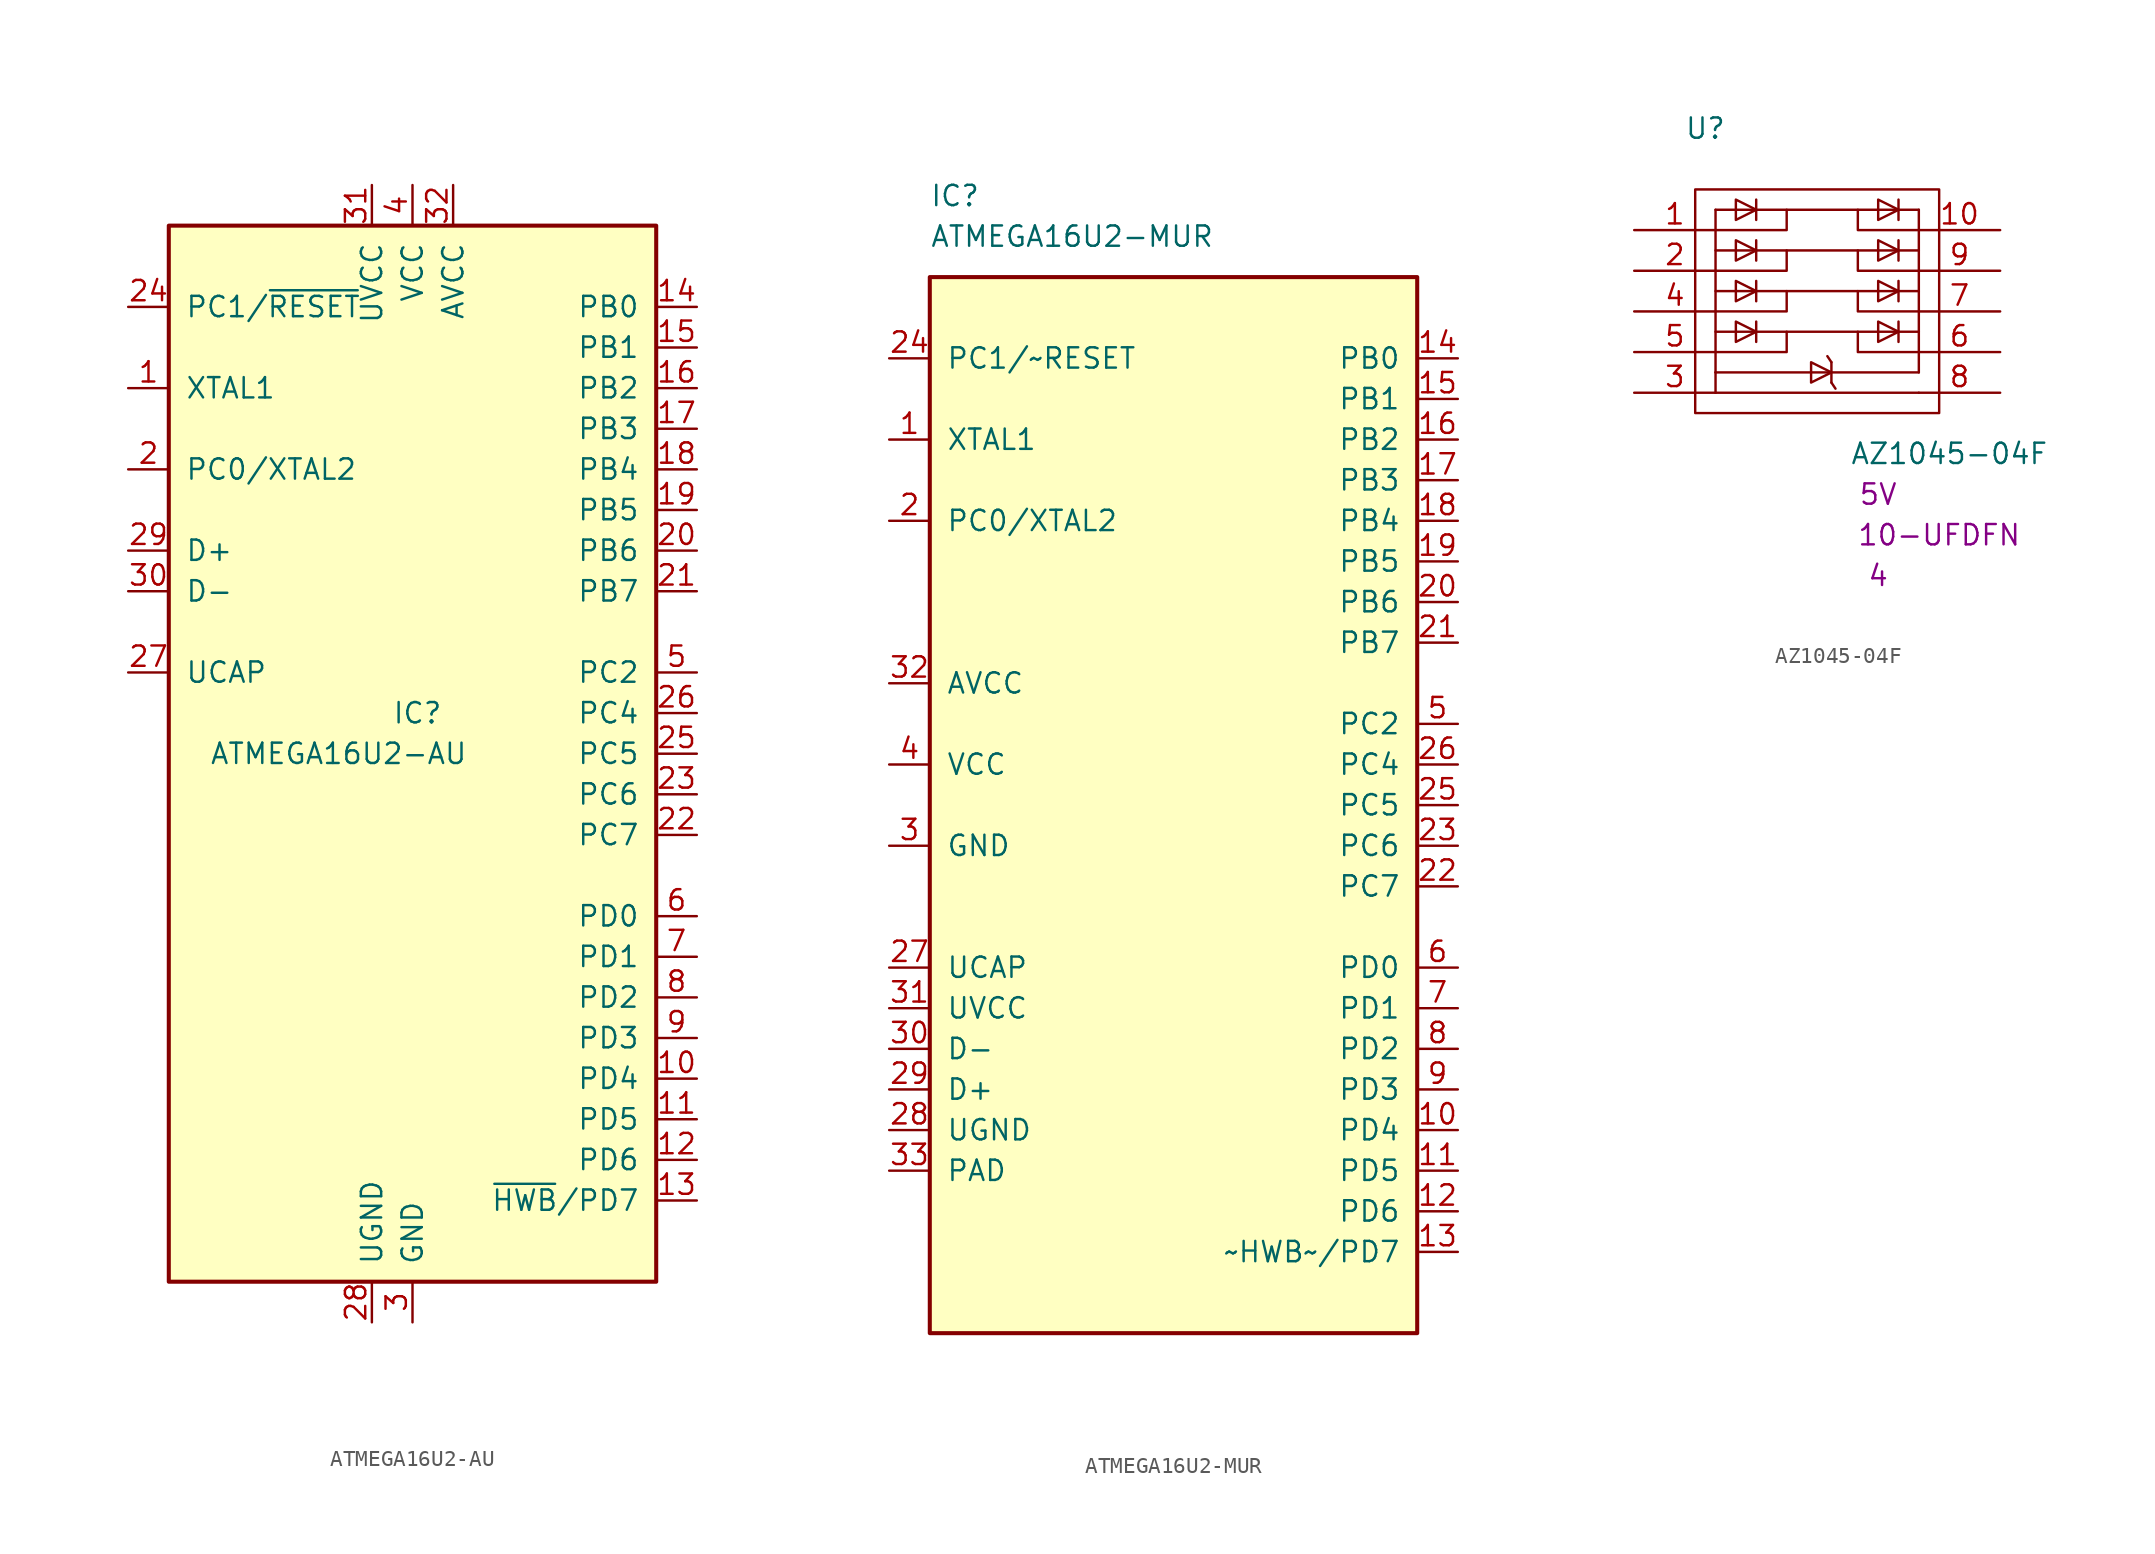
<source format=kicad_sym>
(kicad_symbol_lib
  (version 20231120)
  (generator "kicad_symbol_editor")
  (generator_version "8.0")
  (symbol "ATMEGA16U2-AU"
    (pin_names
      (offset 1.016))
    (property "Reference" "IC"
      (at -1.27 2.54 0)
      (effects (font (size 1.27 1.27)) (justify left)))
    (property "Value" "ATMEGA16U2-AU"
      (at -12.7 0 0)
      (effects (font (size 1.27 1.27)) (justify left)))
    (symbol "ATMEGA16U2-AU_1_1"
      (rectangle (start -15.24 -33.02) (end 15.24 33.02) (stroke (width 0.254) (type solid)) (fill (type background)))
      (pin input line (at -17.78 22.86 0) (length 2.54) (name "XTAL1" (effects (font (size 1.27 1.27)))) (number "1" (effects (font (size 1.27 1.27)))))
      (pin bidirectional line (at 17.78 -20.32 180) (length 2.54) (name "PD4" (effects (font (size 1.27 1.27)))) (number "10" (effects (font (size 1.27 1.27)))))
      (pin bidirectional line (at 17.78 -22.86 180) (length 2.54) (name "PD5" (effects (font (size 1.27 1.27)))) (number "11" (effects (font (size 1.27 1.27)))))
      (pin bidirectional line (at 17.78 -25.4 180) (length 2.54) (name "PD6" (effects (font (size 1.27 1.27)))) (number "12" (effects (font (size 1.27 1.27)))))
      (pin bidirectional line (at 17.78 -27.94 180) (length 2.54) (name "~{HWB}/PD7" (effects (font (size 1.27 1.27)))) (number "13" (effects (font (size 1.27 1.27)))))
      (pin bidirectional line (at 17.78 27.94 180) (length 2.54) (name "PB0" (effects (font (size 1.27 1.27)))) (number "14" (effects (font (size 1.27 1.27)))))
      (pin bidirectional line (at 17.78 25.4 180) (length 2.54) (name "PB1" (effects (font (size 1.27 1.27)))) (number "15" (effects (font (size 1.27 1.27)))))
      (pin bidirectional line (at 17.78 22.86 180) (length 2.54) (name "PB2" (effects (font (size 1.27 1.27)))) (number "16" (effects (font (size 1.27 1.27)))))
      (pin bidirectional line (at 17.78 20.32 180) (length 2.54) (name "PB3" (effects (font (size 1.27 1.27)))) (number "17" (effects (font (size 1.27 1.27)))))
      (pin bidirectional line (at 17.78 17.78 180) (length 2.54) (name "PB4" (effects (font (size 1.27 1.27)))) (number "18" (effects (font (size 1.27 1.27)))))
      (pin bidirectional line (at 17.78 15.24 180) (length 2.54) (name "PB5" (effects (font (size 1.27 1.27)))) (number "19" (effects (font (size 1.27 1.27)))))
      (pin bidirectional line (at -17.78 17.78 0) (length 2.54) (name "PC0/XTAL2" (effects (font (size 1.27 1.27)))) (number "2" (effects (font (size 1.27 1.27)))))
      (pin bidirectional line (at 17.78 12.7 180) (length 2.54) (name "PB6" (effects (font (size 1.27 1.27)))) (number "20" (effects (font (size 1.27 1.27)))))
      (pin bidirectional line (at 17.78 10.16 180) (length 2.54) (name "PB7" (effects (font (size 1.27 1.27)))) (number "21" (effects (font (size 1.27 1.27)))))
      (pin bidirectional line (at 17.78 -5.08 180) (length 2.54) (name "PC7" (effects (font (size 1.27 1.27)))) (number "22" (effects (font (size 1.27 1.27)))))
      (pin bidirectional line (at 17.78 -2.54 180) (length 2.54) (name "PC6" (effects (font (size 1.27 1.27)))) (number "23" (effects (font (size 1.27 1.27)))))
      (pin bidirectional line (at -17.78 27.94 0) (length 2.54) (name "PC1/~{RESET}" (effects (font (size 1.27 1.27)))) (number "24" (effects (font (size 1.27 1.27)))))
      (pin bidirectional line (at 17.78 0 180) (length 2.54) (name "PC5" (effects (font (size 1.27 1.27)))) (number "25" (effects (font (size 1.27 1.27)))))
      (pin bidirectional line (at 17.78 2.54 180) (length 2.54) (name "PC4" (effects (font (size 1.27 1.27)))) (number "26" (effects (font (size 1.27 1.27)))))
      (pin passive line (at -17.78 5.08 0) (length 2.54) (name "UCAP" (effects (font (size 1.27 1.27)))) (number "27" (effects (font (size 1.27 1.27)))))
      (pin power_in line (at -2.54 -35.56 90) (length 2.54) (name "UGND" (effects (font (size 1.27 1.27)))) (number "28" (effects (font (size 1.27 1.27)))))
      (pin bidirectional line (at -17.78 12.7 0) (length 2.54) (name "D+" (effects (font (size 1.27 1.27)))) (number "29" (effects (font (size 1.27 1.27)))))
      (pin power_in line (at 0 -35.56 90) (length 2.54) (name "GND" (effects (font (size 1.27 1.27)))) (number "3" (effects (font (size 1.27 1.27)))))
      (pin bidirectional line (at -17.78 10.16 0) (length 2.54) (name "D-" (effects (font (size 1.27 1.27)))) (number "30" (effects (font (size 1.27 1.27)))))
      (pin power_in line (at -2.54 35.56 270) (length 2.54) (name "UVCC" (effects (font (size 1.27 1.27)))) (number "31" (effects (font (size 1.27 1.27)))))
      (pin power_in line (at 2.54 35.56 270) (length 2.54) (name "AVCC" (effects (font (size 1.27 1.27)))) (number "32" (effects (font (size 1.27 1.27)))))
      (pin power_in line (at 0 35.56 270) (length 2.54) (name "VCC" (effects (font (size 1.27 1.27)))) (number "4" (effects (font (size 1.27 1.27)))))
      (pin bidirectional line (at 17.78 5.08 180) (length 2.54) (name "PC2" (effects (font (size 1.27 1.27)))) (number "5" (effects (font (size 1.27 1.27)))))
      (pin bidirectional line (at 17.78 -10.16 180) (length 2.54) (name "PD0" (effects (font (size 1.27 1.27)))) (number "6" (effects (font (size 1.27 1.27)))))
      (pin bidirectional line (at 17.78 -12.7 180) (length 2.54) (name "PD1" (effects (font (size 1.27 1.27)))) (number "7" (effects (font (size 1.27 1.27)))))
      (pin bidirectional line (at 17.78 -15.24 180) (length 2.54) (name "PD2" (effects (font (size 1.27 1.27)))) (number "8" (effects (font (size 1.27 1.27)))))
      (pin bidirectional line (at 17.78 -17.78 180) (length 2.54) (name "PD3" (effects (font (size 1.27 1.27)))) (number "9" (effects (font (size 1.27 1.27)))))))
  (symbol "ATMEGA16U2-MUR"
    (pin_names
      (offset 1.016))
    (property "Reference" "IC"
      (at -15.24 38.1 0)
      (effects (font (size 1.27 1.27)) (justify left)))
    (property "Value" "ATMEGA16U2-MUR"
      (at -15.24 35.56 0)
      (effects (font (size 1.27 1.27)) (justify left)))
    (symbol "ATMEGA16U2-MUR_1_1"
      (rectangle (start -15.24 -33.02) (end 15.24 33.02) (stroke (width 0.254) (type default)) (fill (type background)))
      (pin input line (at -17.78 22.86 0) (length 2.54) (name "XTAL1" (effects (font (size 1.27 1.27)))) (number "1" (effects (font (size 1.27 1.27)))))
      (pin bidirectional line (at 17.78 -20.32 180) (length 2.54) (name "PD4" (effects (font (size 1.27 1.27)))) (number "10" (effects (font (size 1.27 1.27)))))
      (pin bidirectional line (at 17.78 -22.86 180) (length 2.54) (name "PD5" (effects (font (size 1.27 1.27)))) (number "11" (effects (font (size 1.27 1.27)))))
      (pin bidirectional line (at 17.78 -25.4 180) (length 2.54) (name "PD6" (effects (font (size 1.27 1.27)))) (number "12" (effects (font (size 1.27 1.27)))))
      (pin bidirectional line (at 17.78 -27.94 180) (length 2.54) (name "~HWB~/PD7" (effects (font (size 1.27 1.27)))) (number "13" (effects (font (size 1.27 1.27)))))
      (pin bidirectional line (at 17.78 27.94 180) (length 2.54) (name "PB0" (effects (font (size 1.27 1.27)))) (number "14" (effects (font (size 1.27 1.27)))))
      (pin bidirectional line (at 17.78 25.4 180) (length 2.54) (name "PB1" (effects (font (size 1.27 1.27)))) (number "15" (effects (font (size 1.27 1.27)))))
      (pin bidirectional line (at 17.78 22.86 180) (length 2.54) (name "PB2" (effects (font (size 1.27 1.27)))) (number "16" (effects (font (size 1.27 1.27)))))
      (pin bidirectional line (at 17.78 20.32 180) (length 2.54) (name "PB3" (effects (font (size 1.27 1.27)))) (number "17" (effects (font (size 1.27 1.27)))))
      (pin bidirectional line (at 17.78 17.78 180) (length 2.54) (name "PB4" (effects (font (size 1.27 1.27)))) (number "18" (effects (font (size 1.27 1.27)))))
      (pin bidirectional line (at 17.78 15.24 180) (length 2.54) (name "PB5" (effects (font (size 1.27 1.27)))) (number "19" (effects (font (size 1.27 1.27)))))
      (pin bidirectional line (at -17.78 17.78 0) (length 2.54) (name "PC0/XTAL2" (effects (font (size 1.27 1.27)))) (number "2" (effects (font (size 1.27 1.27)))))
      (pin bidirectional line (at 17.78 12.7 180) (length 2.54) (name "PB6" (effects (font (size 1.27 1.27)))) (number "20" (effects (font (size 1.27 1.27)))))
      (pin bidirectional line (at 17.78 10.16 180) (length 2.54) (name "PB7" (effects (font (size 1.27 1.27)))) (number "21" (effects (font (size 1.27 1.27)))))
      (pin bidirectional line (at 17.78 -5.08 180) (length 2.54) (name "PC7" (effects (font (size 1.27 1.27)))) (number "22" (effects (font (size 1.27 1.27)))))
      (pin bidirectional line (at 17.78 -2.54 180) (length 2.54) (name "PC6" (effects (font (size 1.27 1.27)))) (number "23" (effects (font (size 1.27 1.27)))))
      (pin bidirectional line (at -17.78 27.94 0) (length 2.54) (name "PC1/~RESET" (effects (font (size 1.27 1.27)))) (number "24" (effects (font (size 1.27 1.27)))))
      (pin bidirectional line (at 17.78 0 180) (length 2.54) (name "PC5" (effects (font (size 1.27 1.27)))) (number "25" (effects (font (size 1.27 1.27)))))
      (pin bidirectional line (at 17.78 2.54 180) (length 2.54) (name "PC4" (effects (font (size 1.27 1.27)))) (number "26" (effects (font (size 1.27 1.27)))))
      (pin passive line (at -17.78 -10.16 0) (length 2.54) (name "UCAP" (effects (font (size 1.27 1.27)))) (number "27" (effects (font (size 1.27 1.27)))))
      (pin power_in line (at -17.78 -20.32 0) (length 2.54) (name "UGND" (effects (font (size 1.27 1.27)))) (number "28" (effects (font (size 1.27 1.27)))))
      (pin bidirectional line (at -17.78 -17.78 0) (length 2.54) (name "D+" (effects (font (size 1.27 1.27)))) (number "29" (effects (font (size 1.27 1.27)))))
      (pin power_in line (at -17.78 -2.54 0) (length 2.54) (name "GND" (effects (font (size 1.27 1.27)))) (number "3" (effects (font (size 1.27 1.27)))))
      (pin bidirectional line (at -17.78 -15.24 0) (length 2.54) (name "D-" (effects (font (size 1.27 1.27)))) (number "30" (effects (font (size 1.27 1.27)))))
      (pin power_in line (at -17.78 -12.7 0) (length 2.54) (name "UVCC" (effects (font (size 1.27 1.27)))) (number "31" (effects (font (size 1.27 1.27)))))
      (pin power_in line (at -17.78 7.62 0) (length 2.54) (name "AVCC" (effects (font (size 1.27 1.27)))) (number "32" (effects (font (size 1.27 1.27)))))
      (pin passive line (at -17.78 -22.86 0) (length 2.54) (name "PAD" (effects (font (size 1.27 1.27)))) (number "33" (effects (font (size 1.27 1.27)))))
      (pin power_in line (at -17.78 2.54 0) (length 2.54) (name "VCC" (effects (font (size 1.27 1.27)))) (number "4" (effects (font (size 1.27 1.27)))))
      (pin bidirectional line (at 17.78 5.08 180) (length 2.54) (name "PC2" (effects (font (size 1.27 1.27)))) (number "5" (effects (font (size 1.27 1.27)))))
      (pin bidirectional line (at 17.78 -10.16 180) (length 2.54) (name "PD0" (effects (font (size 1.27 1.27)))) (number "6" (effects (font (size 1.27 1.27)))))
      (pin bidirectional line (at 17.78 -12.7 180) (length 2.54) (name "PD1" (effects (font (size 1.27 1.27)))) (number "7" (effects (font (size 1.27 1.27)))))
      (pin bidirectional line (at 17.78 -15.24 180) (length 2.54) (name "PD2" (effects (font (size 1.27 1.27)))) (number "8" (effects (font (size 1.27 1.27)))))
      (pin bidirectional line (at 17.78 -17.78 180) (length 2.54) (name "PD3" (effects (font (size 1.27 1.27)))) (number "9" (effects (font (size 1.27 1.27)))))))
  (symbol "AZ1045-04F"
    (pin_names
      (offset 0))
    (property "Reference" "U"
      (at -6.985 11.43 0)
      (effects (font (size 1.27 1.27))))
    (property "Value" "AZ1045-04F"
      (at 8.255 -8.89 0)
      (effects (font (size 1.27 1.27))))
    (property "Voltage - Reverse Standoff (Typ)" "5V"
      (at 3.81 -11.43 0)
      (effects (font (size 1.27 1.27))))
    (property "Channels" "4"
      (at 3.81 -16.51 0)
      (effects (font (size 1.27 1.27))))
    (property "Package / Case" "10-UFDFN"
      (at 7.62 -13.97 0)
      (effects (font (size 1.27 1.27))))
    (symbol "AZ1045-04F_0_0"
      (polyline (pts (xy -6.35 3.81) (xy 6.35 3.81)) (stroke (width 0) (type default)) (fill (type none)))
      (polyline (pts (xy 6.35 -3.81) (xy -6.35 -3.81)) (stroke (width 0) (type default)) (fill (type none)))
      (polyline (pts (xy 6.35 -1.27) (xy -6.35 -1.27)) (stroke (width 0) (type default)) (fill (type none)))
      (polyline (pts (xy 6.35 1.27) (xy -6.35 1.27)) (stroke (width 0) (type default)) (fill (type none))))
    (symbol "AZ1045-04F_0_1"
      (rectangle (start -7.62 7.62) (end 7.62 -6.35) (stroke (width 0.152) (type default)) (fill (type none)))
      (polyline (pts (xy -6.35 -5.08) (xy 6.35 -5.08)) (stroke (width 0.152) (type default)) (fill (type none)))
      (polyline (pts (xy -6.35 -3.81) (xy -6.35 -5.08)) (stroke (width 0.152) (type default)) (fill (type none)))
      (polyline (pts (xy -6.35 -3.81) (xy -6.35 6.35)) (stroke (width 0.152) (type default)) (fill (type none)))
      (polyline (pts (xy -6.35 6.35) (xy 6.35 6.35)) (stroke (width 0.152) (type default)) (fill (type none)))
      (polyline (pts (xy -3.81 -1.905) (xy -3.81 -0.635)) (stroke (width 0) (type default)) (fill (type none)))
      (polyline (pts (xy -3.81 0.635) (xy -3.81 1.905)) (stroke (width 0) (type default)) (fill (type none)))
      (polyline (pts (xy -3.81 3.175) (xy -3.81 4.445)) (stroke (width 0) (type default)) (fill (type none)))
      (polyline (pts (xy -3.81 5.715) (xy -3.81 6.985)) (stroke (width 0) (type default)) (fill (type none)))
      (polyline (pts (xy 0.889 -4.445) (xy 0.889 -3.175)) (stroke (width 0) (type default)) (fill (type none)))
      (polyline (pts (xy 0.889 -4.445) (xy 1.143 -4.826)) (stroke (width 0) (type default)) (fill (type none)))
      (polyline (pts (xy 0.889 -3.175) (xy 0.635 -2.794)) (stroke (width 0) (type default)) (fill (type none)))
      (polyline (pts (xy 5.08 -1.905) (xy 5.08 -0.635)) (stroke (width 0) (type default)) (fill (type none)))
      (polyline (pts (xy 5.08 0.635) (xy 5.08 1.905)) (stroke (width 0) (type default)) (fill (type none)))
      (polyline (pts (xy 5.08 3.175) (xy 5.08 4.445)) (stroke (width 0) (type default)) (fill (type none)))
      (polyline (pts (xy 5.08 5.715) (xy 5.08 6.985)) (stroke (width 0) (type default)) (fill (type none)))
      (polyline (pts (xy 6.35 6.35) (xy 6.35 -3.81)) (stroke (width 0.152) (type default)) (fill (type none)))
      (polyline (pts (xy -6.35 -2.54) (xy -1.905 -2.54) (xy -1.905 -1.27)) (stroke (width 0.152) (type default)) (fill (type none)))
      (polyline (pts (xy -6.35 0) (xy -1.905 0) (xy -1.905 1.27)) (stroke (width 0.152) (type default)) (fill (type none)))
      (polyline (pts (xy -6.35 2.54) (xy -1.905 2.54) (xy -1.905 3.81)) (stroke (width 0.152) (type default)) (fill (type none)))
      (polyline (pts (xy -6.35 5.08) (xy -1.905 5.08) (xy -1.905 6.35)) (stroke (width 0.152) (type default)) (fill (type none)))
      (polyline (pts (xy 2.54 -1.27) (xy 2.54 -2.54) (xy 6.35 -2.54)) (stroke (width 0.152) (type default)) (fill (type none)))
      (polyline (pts (xy 6.35 0) (xy 2.54 0) (xy 2.54 1.27)) (stroke (width 0.152) (type default)) (fill (type none)))
      (polyline (pts (xy 6.35 2.54) (xy 2.54 2.54) (xy 2.54 3.81)) (stroke (width 0.152) (type default)) (fill (type none)))
      (polyline (pts (xy 6.35 5.08) (xy 2.54 5.08) (xy 2.54 6.35)) (stroke (width 0.152) (type default)) (fill (type none)))
      (polyline (pts (xy -5.08 -1.905) (xy -5.08 -0.635) (xy -3.81 -1.27) (xy -5.08 -1.905)) (stroke (width 0) (type default)) (fill (type none)))
      (polyline (pts (xy -5.08 0.635) (xy -5.08 1.905) (xy -3.81 1.27) (xy -5.08 0.635)) (stroke (width 0) (type default)) (fill (type none)))
      (polyline (pts (xy -5.08 3.175) (xy -5.08 4.445) (xy -3.81 3.81) (xy -5.08 3.175)) (stroke (width 0) (type default)) (fill (type none)))
      (polyline (pts (xy -5.08 5.715) (xy -5.08 6.985) (xy -3.81 6.35) (xy -5.08 5.715)) (stroke (width 0) (type default)) (fill (type none)))
      (polyline (pts (xy -0.381 -4.445) (xy -0.381 -3.175) (xy 0.889 -3.81) (xy -0.381 -4.445)) (stroke (width 0) (type default)) (fill (type none)))
      (polyline (pts (xy 3.81 -1.905) (xy 3.81 -0.635) (xy 5.08 -1.27) (xy 3.81 -1.905)) (stroke (width 0) (type default)) (fill (type none)))
      (polyline (pts (xy 3.81 0.635) (xy 3.81 1.905) (xy 5.08 1.27) (xy 3.81 0.635)) (stroke (width 0) (type default)) (fill (type none)))
      (polyline (pts (xy 3.81 3.175) (xy 3.81 4.445) (xy 5.08 3.81) (xy 3.81 3.175)) (stroke (width 0) (type default)) (fill (type none)))
      (polyline (pts (xy 3.81 5.715) (xy 3.81 6.985) (xy 5.08 6.35) (xy 3.81 5.715)) (stroke (width 0) (type default)) (fill (type none))))
    (symbol "AZ1045-04F_1_1"
      (pin passive line (at -11.43 5.08 0) (length 5.08) (name "~" (effects (font (size 1.27 1.27)))) (number "1" (effects (font (size 1.27 1.27)))))
      (pin input line (at 11.43 5.08 180) (length 5.08) (name "" (effects (font (size 1.27 1.27)))) (number "10" (effects (font (size 1.27 1.27)))))
      (pin passive line (at -11.43 2.54 0) (length 5.08) (name "~" (effects (font (size 1.27 1.27)))) (number "2" (effects (font (size 1.27 1.27)))))
      (pin power_in line (at -11.43 -5.08 0) (length 5.08) (name "" (effects (font (size 1.27 1.27)))) (number "3" (effects (font (size 1.27 1.27)))))
      (pin passive line (at -11.43 0 0) (length 5.08) (name "~" (effects (font (size 1.27 1.27)))) (number "4" (effects (font (size 1.27 1.27)))))
      (pin passive line (at -11.43 -2.54 0) (length 5.08) (name "~" (effects (font (size 1.27 1.27)))) (number "5" (effects (font (size 1.27 1.27)))))
      (pin input line (at 11.43 -2.54 180) (length 5.08) (name "" (effects (font (size 1.27 1.27)))) (number "6" (effects (font (size 1.27 1.27)))))
      (pin input line (at 11.43 0 180) (length 5.08) (name "" (effects (font (size 1.27 1.27)))) (number "7" (effects (font (size 1.27 1.27)))))
      (pin power_in line (at 11.43 -5.08 180) (length 5.08) (name "" (effects (font (size 1.27 1.27)))) (number "8" (effects (font (size 1.27 1.27)))))
      (pin input line (at 11.43 2.54 180) (length 5.08) (name "" (effects (font (size 1.27 1.27)))) (number "9" (effects (font (size 1.27 1.27))))))))
</source>
